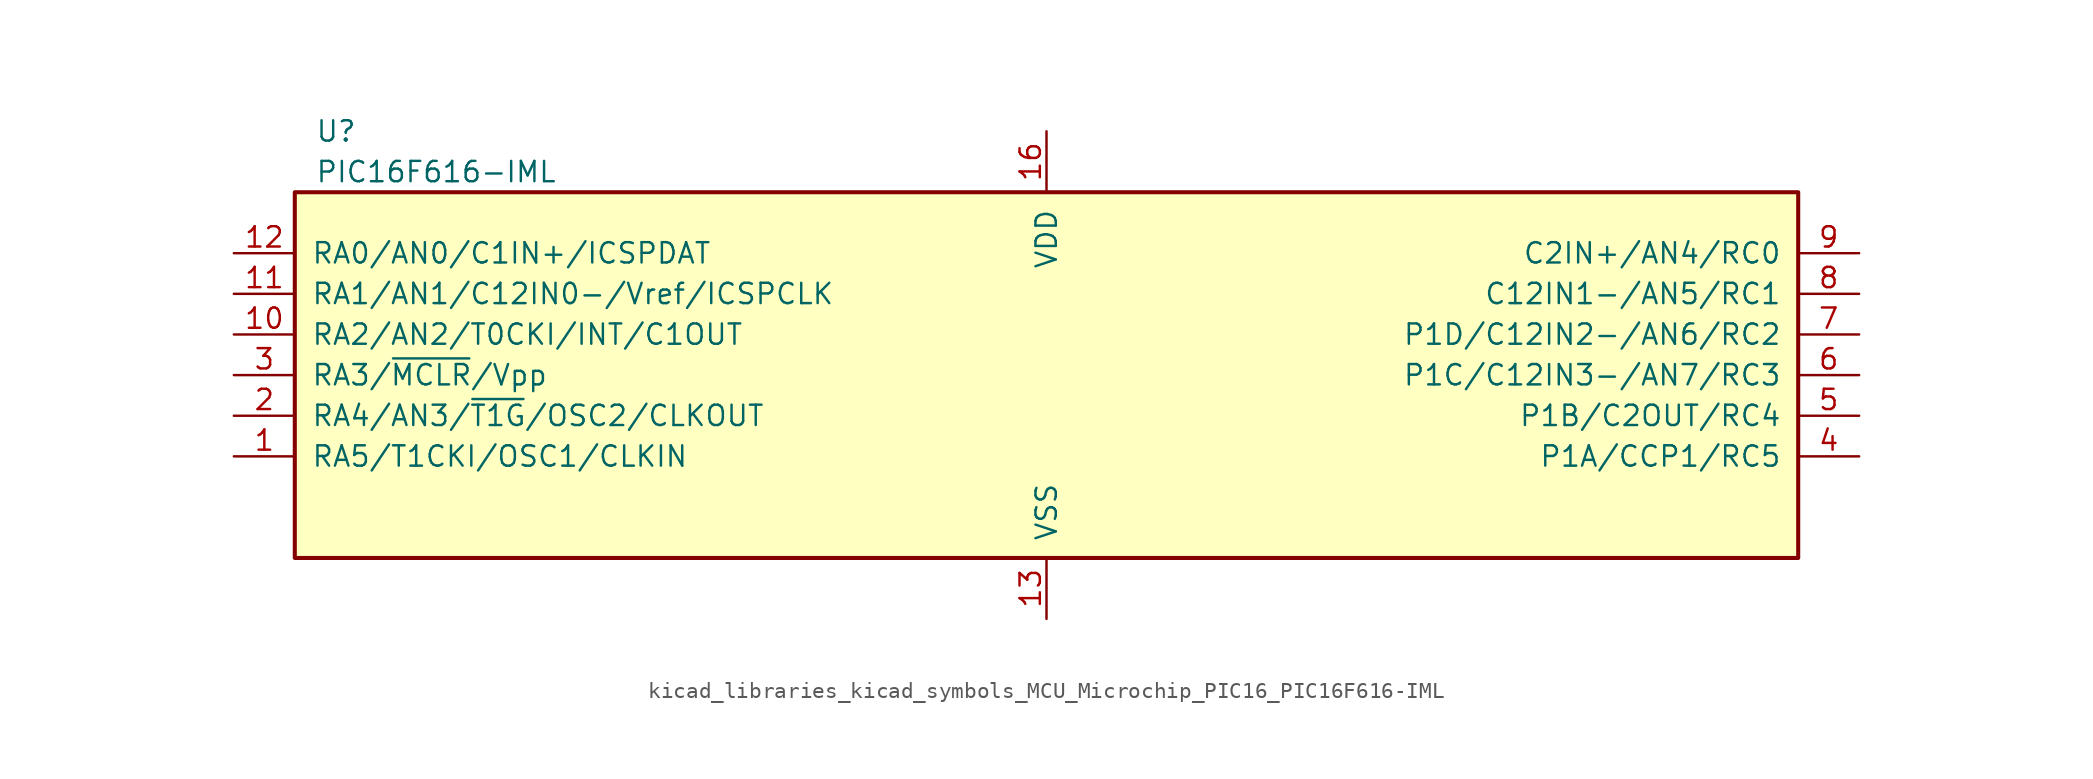
<source format=kicad_sym>
(kicad_symbol_lib
  (version 20220914)
  (generator kicad_symbol_editor)
  (symbol "kicad_libraries_kicad_symbols_MCU_Microchip_PIC16_PIC16F616-IML"
    (pin_names
      (offset 1.016))
    (property "Reference" "U"
      (at -45.72 15.24 0)
      (effects (font (size 1.27 1.27)) (justify left)))
    (property "Value" "PIC16F616-IML"
      (at -45.72 12.7 0)
      (effects (font (size 1.27 1.27)) (justify left)))
    (symbol "kicad_libraries_kicad_symbols_MCU_Microchip_PIC16_PIC16F616-IML_0_1"
      (rectangle (start -46.99 11.43) (end 46.99 -11.43) (stroke (width 0.254) (type default)) (fill (type background)))
      (pin bidirectional line (at -50.8 -5.08 0) (length 3.81) (name "RA5/T1CKI/OSC1/CLKIN" (effects (font (size 1.27 1.27)))) (number "1" (effects (font (size 1.27 1.27))))))
    (symbol "kicad_libraries_kicad_symbols_MCU_Microchip_PIC16_PIC16F616-IML_1_1"
      (pin bidirectional line (at -50.8 2.54 0) (length 3.81) (name "RA2/AN2/T0CKI/INT/C1OUT" (effects (font (size 1.27 1.27)))) (number "10" (effects (font (size 1.27 1.27)))))
      (pin bidirectional line (at -50.8 5.08 0) (length 3.81) (name "RA1/AN1/C12IN0-/Vref/ICSPCLK" (effects (font (size 1.27 1.27)))) (number "11" (effects (font (size 1.27 1.27)))))
      (pin bidirectional line (at -50.8 7.62 0) (length 3.81) (name "RA0/AN0/C1IN+/ICSPDAT" (effects (font (size 1.27 1.27)))) (number "12" (effects (font (size 1.27 1.27)))))
      (pin power_in line (at 0 -15.24 90) (length 3.81) (name "VSS" (effects (font (size 1.27 1.27)))) (number "13" (effects (font (size 1.27 1.27)))))
      (pin power_in line (at 0 15.24 270) (length 3.81) (name "VDD" (effects (font (size 1.27 1.27)))) (number "16" (effects (font (size 1.27 1.27)))))
      (pin bidirectional line (at -50.8 -2.54 0) (length 3.81) (name "RA4/AN3/~{T1G}/OSC2/CLKOUT" (effects (font (size 1.27 1.27)))) (number "2" (effects (font (size 1.27 1.27)))))
      (pin input line (at -50.8 0 0) (length 3.81) (name "RA3/~{MCLR}/Vpp" (effects (font (size 1.27 1.27)))) (number "3" (effects (font (size 1.27 1.27)))))
      (pin bidirectional line (at 50.8 -5.08 180) (length 3.81) (name "P1A/CCP1/RC5" (effects (font (size 1.27 1.27)))) (number "4" (effects (font (size 1.27 1.27)))))
      (pin bidirectional line (at 50.8 -2.54 180) (length 3.81) (name "P1B/C2OUT/RC4" (effects (font (size 1.27 1.27)))) (number "5" (effects (font (size 1.27 1.27)))))
      (pin bidirectional line (at 50.8 0 180) (length 3.81) (name "P1C/C12IN3-/AN7/RC3" (effects (font (size 1.27 1.27)))) (number "6" (effects (font (size 1.27 1.27)))))
      (pin bidirectional line (at 50.8 2.54 180) (length 3.81) (name "P1D/C12IN2-/AN6/RC2" (effects (font (size 1.27 1.27)))) (number "7" (effects (font (size 1.27 1.27)))))
      (pin bidirectional line (at 50.8 5.08 180) (length 3.81) (name "C12IN1-/AN5/RC1" (effects (font (size 1.27 1.27)))) (number "8" (effects (font (size 1.27 1.27)))))
      (pin bidirectional line (at 50.8 7.62 180) (length 3.81) (name "C2IN+/AN4/RC0" (effects (font (size 1.27 1.27)))) (number "9" (effects (font (size 1.27 1.27))))))))
</source>
